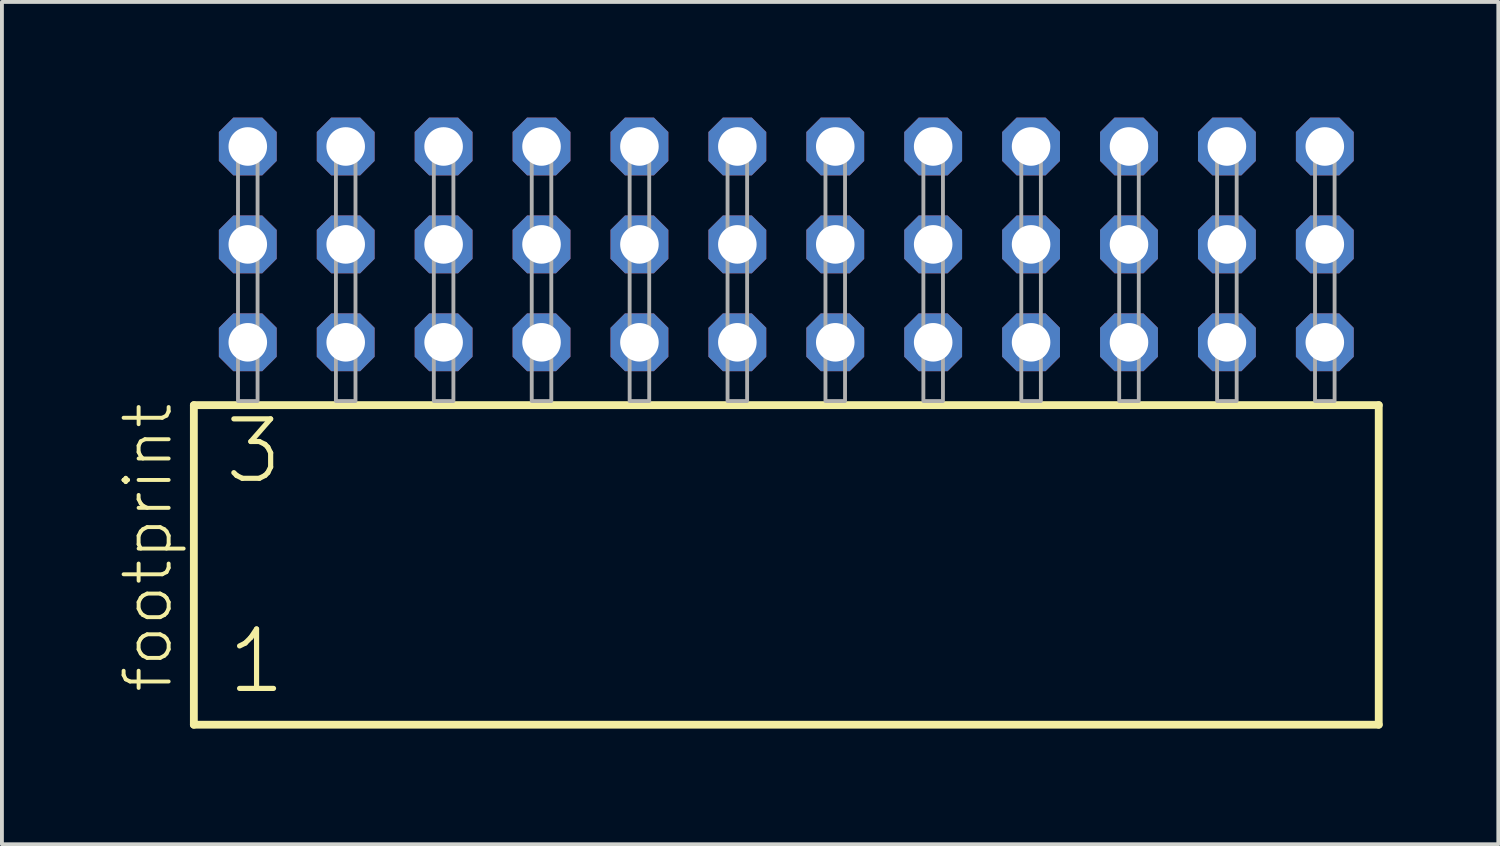
<source format=kicad_pcb>
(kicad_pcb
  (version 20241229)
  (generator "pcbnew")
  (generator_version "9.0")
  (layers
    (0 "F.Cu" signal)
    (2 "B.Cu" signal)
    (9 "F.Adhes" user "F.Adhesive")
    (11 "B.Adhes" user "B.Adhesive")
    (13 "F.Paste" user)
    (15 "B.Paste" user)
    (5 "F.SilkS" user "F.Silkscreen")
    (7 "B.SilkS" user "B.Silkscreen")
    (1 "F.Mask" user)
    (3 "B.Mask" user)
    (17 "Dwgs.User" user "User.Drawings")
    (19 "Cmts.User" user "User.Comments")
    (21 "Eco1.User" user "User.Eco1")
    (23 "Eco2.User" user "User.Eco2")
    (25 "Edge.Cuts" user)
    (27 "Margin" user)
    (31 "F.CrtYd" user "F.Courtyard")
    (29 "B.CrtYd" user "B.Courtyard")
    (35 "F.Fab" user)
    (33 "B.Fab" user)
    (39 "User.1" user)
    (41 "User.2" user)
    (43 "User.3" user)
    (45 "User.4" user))
  (footprint "footprint"
    (layer "F.Cu")
    (at 17.348 7.354)
    (property "Reference" "footprint" (at -15.875 7.62 90) (layer "F.SilkS") (effects (font (size 1.168 1.168) (thickness 0.102)) (justify left bottom)))
    (fp_line (start -15.369 0.106) (end -15.369 8.396) (stroke (width 0.203) (type solid)) (layer "F.SilkS"))
    (fp_line (start -15.369 8.396) (end 15.369 8.396) (stroke (width 0.203) (type solid)) (layer "F.SilkS"))
    (fp_line (start 15.369 0.106) (end -15.369 0.106) (stroke (width 0.203) (type solid)) (layer "F.SilkS"))
    (fp_line (start 15.369 8.396) (end 15.369 0.106) (stroke (width 0.203) (type solid)) (layer "F.SilkS"))
    (fp_poly (pts (xy -14.224 0) (xy -13.716 0) (xy -13.716 -6.858) (xy -14.224 -6.858)) (stroke (width 0.1) (type solid)) (fill no) (layer "F.Fab"))
    (fp_poly (pts (xy -11.684 0) (xy -11.176 0) (xy -11.176 -6.858) (xy -11.684 -6.858)) (stroke (width 0.1) (type solid)) (fill no) (layer "F.Fab"))
    (fp_poly (pts (xy -9.144 0) (xy -8.636 0) (xy -8.636 -6.858) (xy -9.144 -6.858)) (stroke (width 0.1) (type solid)) (fill no) (layer "F.Fab"))
    (fp_poly (pts (xy -6.604 0) (xy -6.096 0) (xy -6.096 -6.858) (xy -6.604 -6.858)) (stroke (width 0.1) (type solid)) (fill no) (layer "F.Fab"))
    (fp_poly (pts (xy -4.064 0) (xy -3.556 0) (xy -3.556 -6.858) (xy -4.064 -6.858)) (stroke (width 0.1) (type solid)) (fill no) (layer "F.Fab"))
    (fp_poly (pts (xy -1.524 0) (xy -1.016 0) (xy -1.016 -6.858) (xy -1.524 -6.858)) (stroke (width 0.1) (type solid)) (fill no) (layer "F.Fab"))
    (fp_poly (pts (xy 1.016 0) (xy 1.524 0) (xy 1.524 -6.858) (xy 1.016 -6.858)) (stroke (width 0.1) (type solid)) (fill no) (layer "F.Fab"))
    (fp_poly (pts (xy 3.556 0) (xy 4.064 0) (xy 4.064 -6.858) (xy 3.556 -6.858)) (stroke (width 0.1) (type solid)) (fill no) (layer "F.Fab"))
    (fp_poly (pts (xy 6.096 0) (xy 6.604 0) (xy 6.604 -6.858) (xy 6.096 -6.858)) (stroke (width 0.1) (type solid)) (fill no) (layer "F.Fab"))
    (fp_poly (pts (xy 8.636 0) (xy 9.144 0) (xy 9.144 -6.858) (xy 8.636 -6.858)) (stroke (width 0.1) (type solid)) (fill no) (layer "F.Fab"))
    (fp_poly (pts (xy 11.176 0) (xy 11.684 0) (xy 11.684 -6.858) (xy 11.176 -6.858)) (stroke (width 0.1) (type solid)) (fill no) (layer "F.Fab"))
    (fp_poly (pts (xy 13.716 0) (xy 14.224 0) (xy 14.224 -6.858) (xy 13.716 -6.858)) (stroke (width 0.1) (type solid)) (fill no) (layer "F.Fab"))
    (fp_text user "3" (at -14.64 2.2 0) (layer "F.SilkS") (effects (font (size 1.542 1.542) (thickness 0.134)) (justify left bottom)))
    (fp_text user "1" (at -14.565 7.65 0) (layer "F.SilkS") (effects (font (size 1.542 1.542) (thickness 0.134)) (justify left bottom)))
    (pad "1" thru_hole roundrect (at -13.97 -1.524) (size 1.5 1.5) (drill 1) (layers "*.Cu" "*.Mask") (roundrect_rratio 0.25) (chamfer_ratio 0.25) (chamfer top_left top_right bottom_left bottom_right))
    (pad "2" thru_hole roundrect (at -13.97 -4.064) (size 1.5 1.5) (drill 1) (layers "*.Cu" "*.Mask") (roundrect_rratio 0.25) (chamfer_ratio 0.25) (chamfer top_left top_right bottom_left bottom_right))
    (pad "3" thru_hole roundrect (at -13.97 -6.604) (size 1.5 1.5) (drill 1) (layers "*.Cu" "*.Mask") (roundrect_rratio 0.25) (chamfer_ratio 0.25) (chamfer top_left top_right bottom_left bottom_right))
    (pad "4" thru_hole roundrect (at -11.43 -1.524) (size 1.5 1.5) (drill 1) (layers "*.Cu" "*.Mask") (roundrect_rratio 0.25) (chamfer_ratio 0.25) (chamfer top_left top_right bottom_left bottom_right))
    (pad "5" thru_hole roundrect (at -11.43 -4.064) (size 1.5 1.5) (drill 1) (layers "*.Cu" "*.Mask") (roundrect_rratio 0.25) (chamfer_ratio 0.25) (chamfer top_left top_right bottom_left bottom_right))
    (pad "6" thru_hole roundrect (at -11.43 -6.604) (size 1.5 1.5) (drill 1) (layers "*.Cu" "*.Mask") (roundrect_rratio 0.25) (chamfer_ratio 0.25) (chamfer top_left top_right bottom_left bottom_right))
    (pad "7" thru_hole roundrect (at -8.89 -1.524) (size 1.5 1.5) (drill 1) (layers "*.Cu" "*.Mask") (roundrect_rratio 0.25) (chamfer_ratio 0.25) (chamfer top_left top_right bottom_left bottom_right))
    (pad "8" thru_hole roundrect (at -8.89 -4.064) (size 1.5 1.5) (drill 1) (layers "*.Cu" "*.Mask") (roundrect_rratio 0.25) (chamfer_ratio 0.25) (chamfer top_left top_right bottom_left bottom_right))
    (pad "9" thru_hole roundrect (at -8.89 -6.604) (size 1.5 1.5) (drill 1) (layers "*.Cu" "*.Mask") (roundrect_rratio 0.25) (chamfer_ratio 0.25) (chamfer top_left top_right bottom_left bottom_right))
    (pad "10" thru_hole roundrect (at -6.35 -1.524) (size 1.5 1.5) (drill 1) (layers "*.Cu" "*.Mask") (roundrect_rratio 0.25) (chamfer_ratio 0.25) (chamfer top_left top_right bottom_left bottom_right))
    (pad "11" thru_hole roundrect (at -6.35 -4.064) (size 1.5 1.5) (drill 1) (layers "*.Cu" "*.Mask") (roundrect_rratio 0.25) (chamfer_ratio 0.25) (chamfer top_left top_right bottom_left bottom_right))
    (pad "12" thru_hole roundrect (at -6.35 -6.604) (size 1.5 1.5) (drill 1) (layers "*.Cu" "*.Mask") (roundrect_rratio 0.25) (chamfer_ratio 0.25) (chamfer top_left top_right bottom_left bottom_right))
    (pad "13" thru_hole roundrect (at -3.81 -1.524) (size 1.5 1.5) (drill 1) (layers "*.Cu" "*.Mask") (roundrect_rratio 0.25) (chamfer_ratio 0.25) (chamfer top_left top_right bottom_left bottom_right))
    (pad "14" thru_hole roundrect (at -3.81 -4.064) (size 1.5 1.5) (drill 1) (layers "*.Cu" "*.Mask") (roundrect_rratio 0.25) (chamfer_ratio 0.25) (chamfer top_left top_right bottom_left bottom_right))
    (pad "15" thru_hole roundrect (at -3.81 -6.604) (size 1.5 1.5) (drill 1) (layers "*.Cu" "*.Mask") (roundrect_rratio 0.25) (chamfer_ratio 0.25) (chamfer top_left top_right bottom_left bottom_right))
    (pad "16" thru_hole roundrect (at -1.27 -1.524) (size 1.5 1.5) (drill 1) (layers "*.Cu" "*.Mask") (roundrect_rratio 0.25) (chamfer_ratio 0.25) (chamfer top_left top_right bottom_left bottom_right))
    (pad "17" thru_hole roundrect (at -1.27 -4.064) (size 1.5 1.5) (drill 1) (layers "*.Cu" "*.Mask") (roundrect_rratio 0.25) (chamfer_ratio 0.25) (chamfer top_left top_right bottom_left bottom_right))
    (pad "18" thru_hole roundrect (at -1.27 -6.604) (size 1.5 1.5) (drill 1) (layers "*.Cu" "*.Mask") (roundrect_rratio 0.25) (chamfer_ratio 0.25) (chamfer top_left top_right bottom_left bottom_right))
    (pad "19" thru_hole roundrect (at 1.27 -1.524) (size 1.5 1.5) (drill 1) (layers "*.Cu" "*.Mask") (roundrect_rratio 0.25) (chamfer_ratio 0.25) (chamfer top_left top_right bottom_left bottom_right))
    (pad "20" thru_hole roundrect (at 1.27 -4.064) (size 1.5 1.5) (drill 1) (layers "*.Cu" "*.Mask") (roundrect_rratio 0.25) (chamfer_ratio 0.25) (chamfer top_left top_right bottom_left bottom_right))
    (pad "21" thru_hole roundrect (at 1.27 -6.604) (size 1.5 1.5) (drill 1) (layers "*.Cu" "*.Mask") (roundrect_rratio 0.25) (chamfer_ratio 0.25) (chamfer top_left top_right bottom_left bottom_right))
    (pad "22" thru_hole roundrect (at 3.81 -1.524) (size 1.5 1.5) (drill 1) (layers "*.Cu" "*.Mask") (roundrect_rratio 0.25) (chamfer_ratio 0.25) (chamfer top_left top_right bottom_left bottom_right))
    (pad "23" thru_hole roundrect (at 3.81 -4.064) (size 1.5 1.5) (drill 1) (layers "*.Cu" "*.Mask") (roundrect_rratio 0.25) (chamfer_ratio 0.25) (chamfer top_left top_right bottom_left bottom_right))
    (pad "24" thru_hole roundrect (at 3.81 -6.604) (size 1.5 1.5) (drill 1) (layers "*.Cu" "*.Mask") (roundrect_rratio 0.25) (chamfer_ratio 0.25) (chamfer top_left top_right bottom_left bottom_right))
    (pad "25" thru_hole roundrect (at 6.35 -1.524) (size 1.5 1.5) (drill 1) (layers "*.Cu" "*.Mask") (roundrect_rratio 0.25) (chamfer_ratio 0.25) (chamfer top_left top_right bottom_left bottom_right))
    (pad "26" thru_hole roundrect (at 6.35 -4.064) (size 1.5 1.5) (drill 1) (layers "*.Cu" "*.Mask") (roundrect_rratio 0.25) (chamfer_ratio 0.25) (chamfer top_left top_right bottom_left bottom_right))
    (pad "27" thru_hole roundrect (at 6.35 -6.604) (size 1.5 1.5) (drill 1) (layers "*.Cu" "*.Mask") (roundrect_rratio 0.25) (chamfer_ratio 0.25) (chamfer top_left top_right bottom_left bottom_right))
    (pad "28" thru_hole roundrect (at 8.89 -1.524) (size 1.5 1.5) (drill 1) (layers "*.Cu" "*.Mask") (roundrect_rratio 0.25) (chamfer_ratio 0.25) (chamfer top_left top_right bottom_left bottom_right))
    (pad "29" thru_hole roundrect (at 8.89 -4.064) (size 1.5 1.5) (drill 1) (layers "*.Cu" "*.Mask") (roundrect_rratio 0.25) (chamfer_ratio 0.25) (chamfer top_left top_right bottom_left bottom_right))
    (pad "30" thru_hole roundrect (at 8.89 -6.604) (size 1.5 1.5) (drill 1) (layers "*.Cu" "*.Mask") (roundrect_rratio 0.25) (chamfer_ratio 0.25) (chamfer top_left top_right bottom_left bottom_right))
    (pad "31" thru_hole roundrect (at 11.43 -1.524) (size 1.5 1.5) (drill 1) (layers "*.Cu" "*.Mask") (roundrect_rratio 0.25) (chamfer_ratio 0.25) (chamfer top_left top_right bottom_left bottom_right))
    (pad "32" thru_hole roundrect (at 11.43 -4.064) (size 1.5 1.5) (drill 1) (layers "*.Cu" "*.Mask") (roundrect_rratio 0.25) (chamfer_ratio 0.25) (chamfer top_left top_right bottom_left bottom_right))
    (pad "33" thru_hole roundrect (at 11.43 -6.604) (size 1.5 1.5) (drill 1) (layers "*.Cu" "*.Mask") (roundrect_rratio 0.25) (chamfer_ratio 0.25) (chamfer top_left top_right bottom_left bottom_right))
    (pad "34" thru_hole roundrect (at 13.97 -1.524) (size 1.5 1.5) (drill 1) (layers "*.Cu" "*.Mask") (roundrect_rratio 0.25) (chamfer_ratio 0.25) (chamfer top_left top_right bottom_left bottom_right))
    (pad "35" thru_hole roundrect (at 13.97 -4.064) (size 1.5 1.5) (drill 1) (layers "*.Cu" "*.Mask") (roundrect_rratio 0.25) (chamfer_ratio 0.25) (chamfer top_left top_right bottom_left bottom_right))
    (pad "36" thru_hole roundrect (at 13.97 -6.604) (size 1.5 1.5) (drill 1) (layers "*.Cu" "*.Mask") (roundrect_rratio 0.25) (chamfer_ratio 0.25) (chamfer top_left top_right bottom_left bottom_right)))
  (gr_rect
    (start -3 -3)
    (end 35.819 18.852)
    (stroke (width 0.1) (type default))
    (fill no)
    (layer "Edge.Cuts")))
</source>
